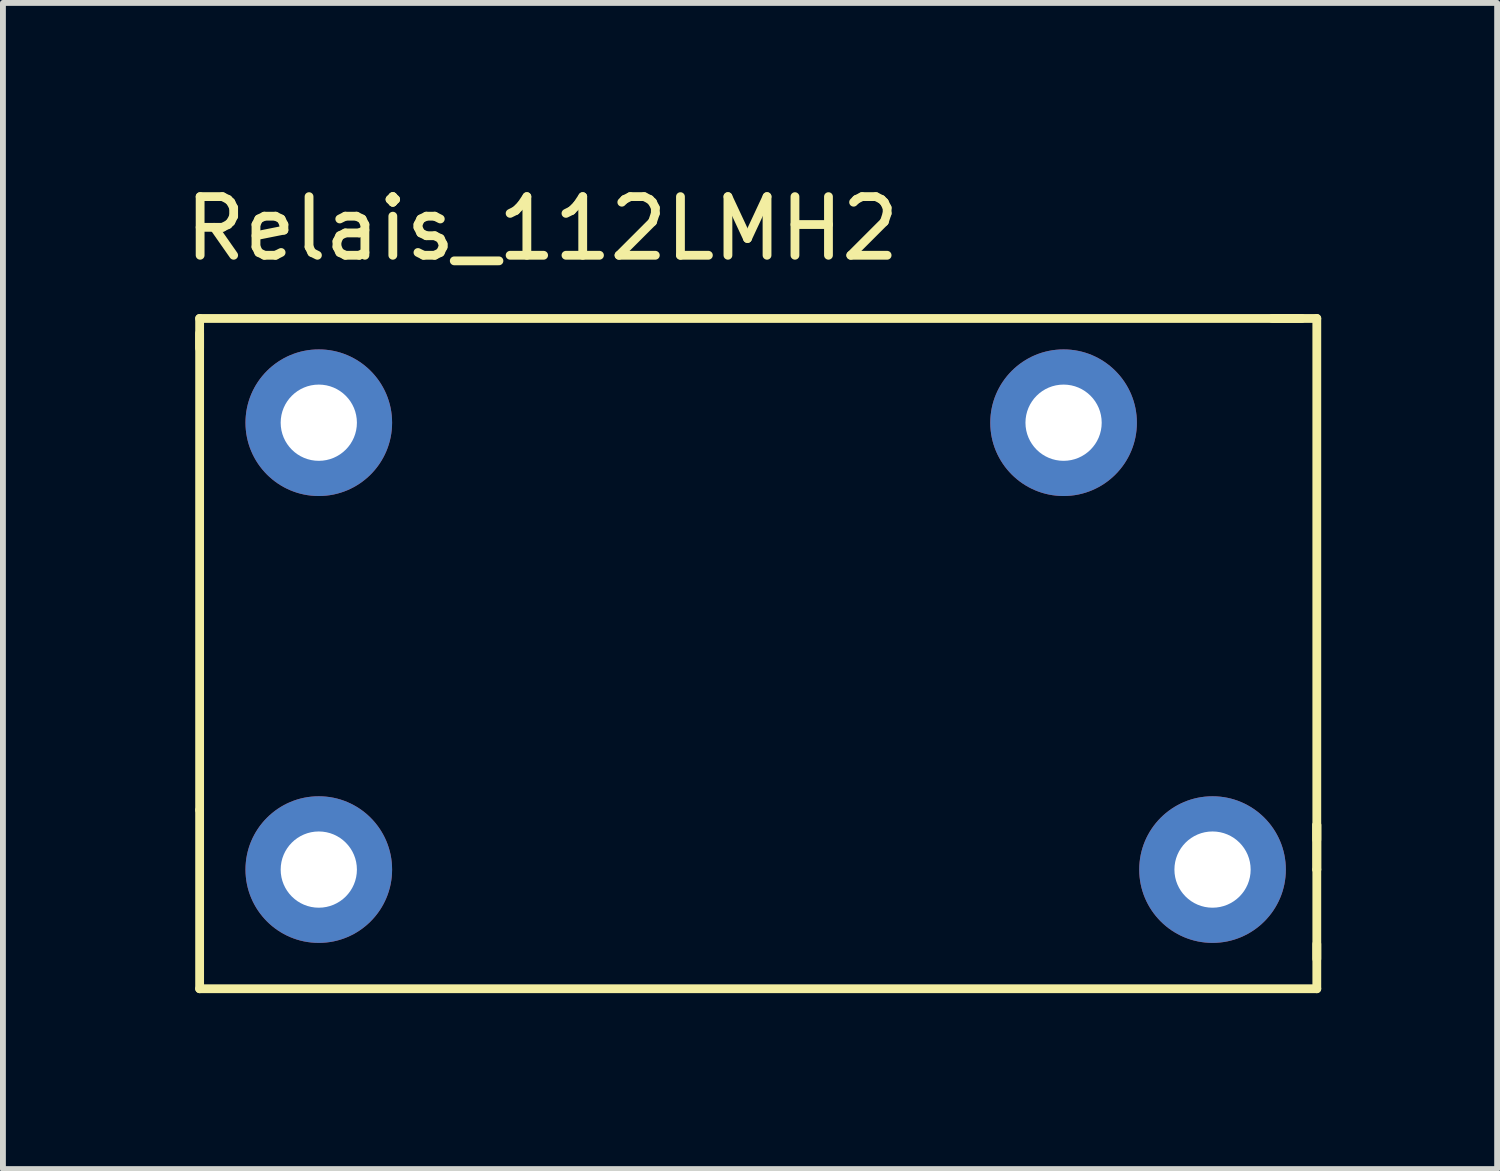
<source format=kicad_pcb>
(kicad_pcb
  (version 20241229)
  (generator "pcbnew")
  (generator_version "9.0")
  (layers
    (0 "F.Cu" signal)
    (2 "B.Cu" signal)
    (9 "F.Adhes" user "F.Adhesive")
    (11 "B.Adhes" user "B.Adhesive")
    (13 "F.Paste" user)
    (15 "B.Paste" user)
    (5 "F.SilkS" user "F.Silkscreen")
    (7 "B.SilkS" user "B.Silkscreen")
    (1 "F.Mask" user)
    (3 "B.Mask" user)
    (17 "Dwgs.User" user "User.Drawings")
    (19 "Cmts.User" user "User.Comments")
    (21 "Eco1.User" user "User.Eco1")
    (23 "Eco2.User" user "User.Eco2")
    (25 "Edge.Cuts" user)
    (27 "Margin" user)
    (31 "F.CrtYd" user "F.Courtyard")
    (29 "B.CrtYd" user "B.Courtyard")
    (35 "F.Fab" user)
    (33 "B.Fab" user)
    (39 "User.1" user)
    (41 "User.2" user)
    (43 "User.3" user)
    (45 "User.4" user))
  (footprint "Relais_112LMH2"
    (layer "F.Cu")
    (at 6.196 0.348)
    (property "Reference" "Relais_112LMH2" (at 0 0.5 0) (layer "F.SilkS") (effects (font (size 1 1) (thickness 0.15))))
    (attr through_hole)
    (fp_line (start -5.842 2.032) (end 12.954 2.032) (stroke (width 0.15) (type solid)) (layer "F.SilkS"))
    (fp_line (start -5.842 2.54) (end -5.842 2.032) (stroke (width 0.15) (type solid)) (layer "F.SilkS"))
    (fp_line (start -5.842 10.414) (end -5.842 2.286) (stroke (width 0.15) (type solid)) (layer "F.SilkS"))
    (fp_line (start -5.842 10.414) (end -5.842 13.462) (stroke (width 0.15) (type solid)) (layer "F.SilkS"))
    (fp_line (start -5.842 13.462) (end 13.208 13.462) (stroke (width 0.15) (type solid)) (layer "F.SilkS"))
    (fp_line (start 13.208 2.032) (end 12.446 2.032) (stroke (width 0.15) (type solid)) (layer "F.SilkS"))
    (fp_line (start 13.208 10.668) (end 13.208 11.43) (stroke (width 0.15) (type solid)) (layer "F.SilkS"))
    (fp_line (start 13.208 10.922) (end 13.208 2.032) (stroke (width 0.15) (type solid)) (layer "F.SilkS"))
    (fp_line (start 13.208 11.43) (end 13.208 10.668) (stroke (width 0.15) (type solid)) (layer "F.SilkS"))
    (fp_line (start 13.208 11.43) (end 13.208 12.954) (stroke (width 0.15) (type solid)) (layer "F.SilkS"))
    (fp_line (start 13.208 13.462) (end 13.208 12.7) (stroke (width 0.15) (type solid)) (layer "F.SilkS"))
    (pad "b1" thru_hole circle (at -3.81 11.43) (size 2.5 2.5) (drill 1.3) (layers "*.Cu" "*.Mask"))
    (pad "b2" thru_hole circle (at -3.81 3.81) (size 2.5 2.5) (drill 1.3) (layers "*.Cu" "*.Mask"))
    (pad "c1" thru_hole circle (at 11.43 11.43) (size 2.5 2.5) (drill 1.3) (layers "*.Cu" "*.Mask"))
    (pad "c2" thru_hole circle (at 8.89 3.81) (size 2.5 2.5) (drill 1.3) (layers "*.Cu" "*.Mask")))
  (gr_rect
    (start -3 -3)
    (end 22.479 16.885)
    (stroke (width 0.1) (type default))
    (fill no)
    (layer "Edge.Cuts")))
</source>
